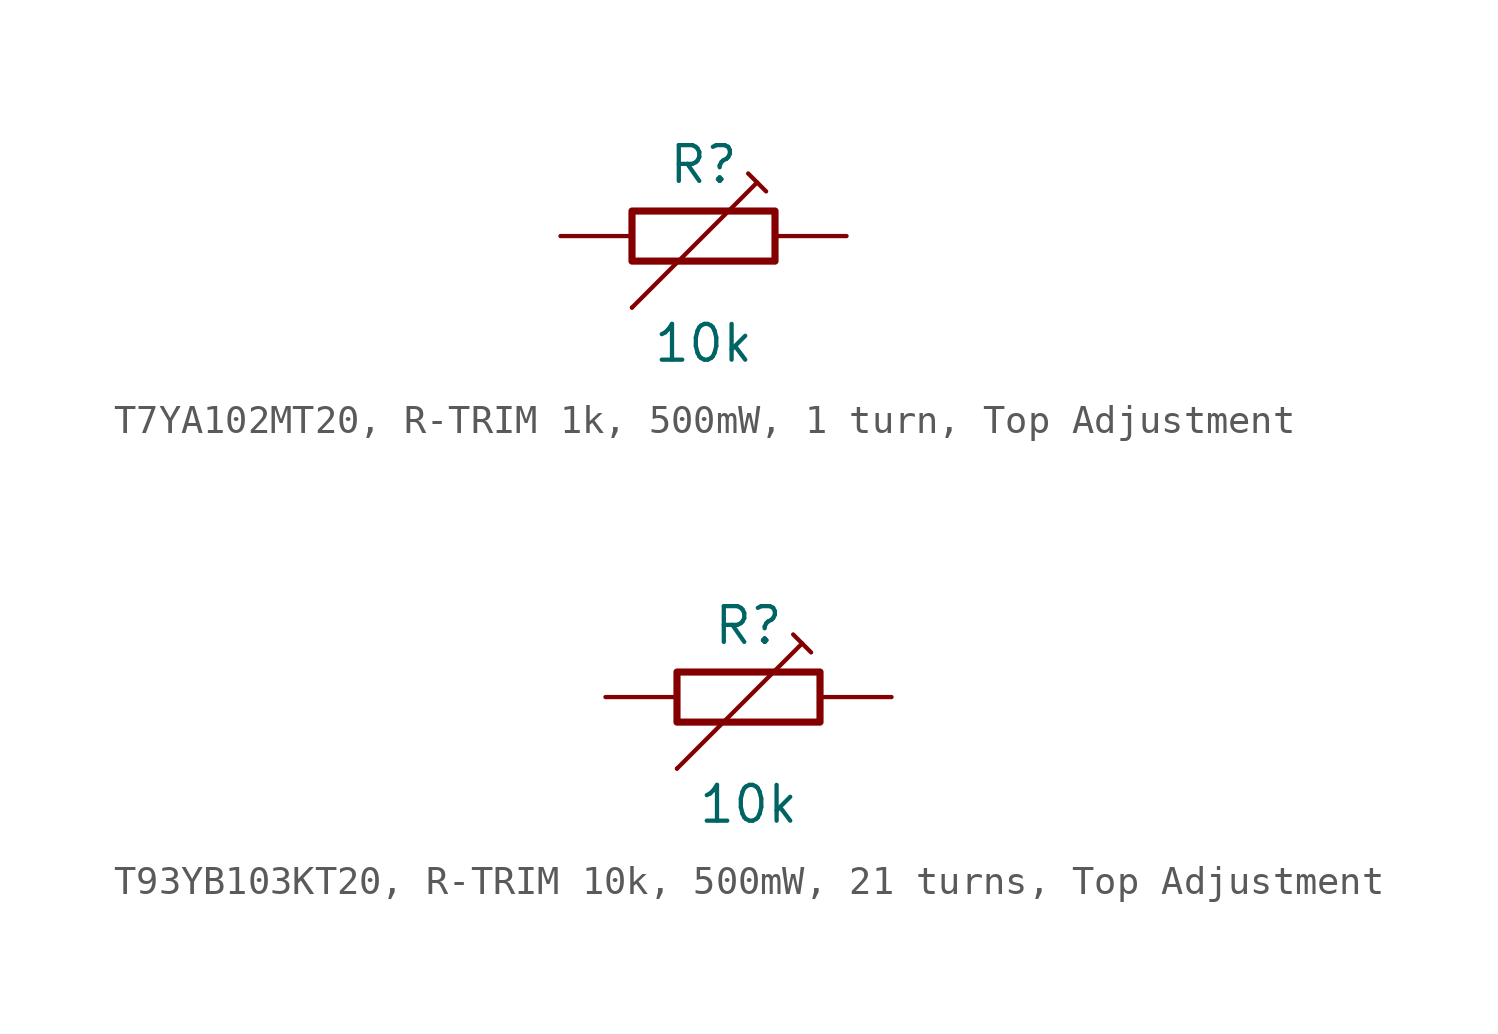
<source format=kicad_sym>
(kicad_symbol_lib
  (version 20241209)
  (generator "kicad_symbol_editor")
  (generator_version "9.0")
  (symbol "T7YA102MT20, R-TRIM 1k, 500mW, 1 turn, Top Adjustment"
    (pin_numbers
      (hide yes))
    (pin_names
      (offset 0)
      (hide yes))
    (property "Reference" "R"
      (at 0 2.54 0)
      (effects (font (size 1.27 1.27))))
    (property "Value" "10k"
      (at 0 -3.81 0)
      (effects (font (size 1.27 1.27))))
    (property "Label" ""
      (at 0 0 0)
      (effects (font (size 1.27 1.27) (thickness 0.254) (bold yes))))
    (symbol "T7YA102MT20, R-TRIM 1k, 500mW, 1 turn, Top Adjustment_0_1"
      (rectangle (start -2.54 0.889) (end 2.54 -0.889) (stroke (width 0.254) (type default)) (fill (type none)))
      (polyline (pts (xy -2.54 -2.54) (xy -2.54 -2.54) (xy 1.905 1.905) (xy 1.905 1.905)) (stroke (width 0) (type default)) (fill (type none)))
      (polyline (pts (xy 2.223 1.587) (xy 2.223 1.587) (xy 1.587 2.223) (xy 1.587 2.223)) (stroke (width 0) (type default)) (fill (type none))))
    (symbol "T7YA102MT20, R-TRIM 1k, 500mW, 1 turn, Top Adjustment_1_1"
      (pin passive line (at -5.08 0 0) (length 2.54) (name "1" (effects (font (size 1.27 1.27)))) (number "1" (effects (font (size 1.27 1.27)))))
      (pin passive line (at -2.54 -2.54 0) (length 0) (name "2" (effects (font (size 1.27 1.27)))) (number "2" (effects (font (size 1.27 1.27)))))
      (pin passive line (at 5.08 0 180) (length 2.54) (name "3" (effects (font (size 1.27 1.27)))) (number "3" (effects (font (size 1.27 1.27)))))))
  (symbol "T93YB103KT20, R-TRIM 10k, 500mW, 21 turns, Top Adjustment"
    (pin_numbers
      (hide yes))
    (pin_names
      (offset 0)
      (hide yes))
    (property "Reference" "R"
      (at 0 2.54 0)
      (effects (font (size 1.27 1.27))))
    (property "Value" "10k"
      (at 0 -3.81 0)
      (effects (font (size 1.27 1.27))))
    (property "Label" ""
      (at 0 0 0)
      (effects (font (size 1.27 1.27) (thickness 0.254) (bold yes))))
    (symbol "T93YB103KT20, R-TRIM 10k, 500mW, 21 turns, Top Adjustment_0_1"
      (rectangle (start -2.54 0.889) (end 2.54 -0.889) (stroke (width 0.254) (type default)) (fill (type none)))
      (polyline (pts (xy -2.54 -2.54) (xy -2.54 -2.54) (xy 1.905 1.905) (xy 1.905 1.905)) (stroke (width 0) (type default)) (fill (type none)))
      (polyline (pts (xy 2.223 1.587) (xy 2.223 1.587) (xy 1.587 2.223) (xy 1.587 2.223)) (stroke (width 0) (type default)) (fill (type none))))
    (symbol "T93YB103KT20, R-TRIM 10k, 500mW, 21 turns, Top Adjustment_1_1"
      (pin passive line (at -5.08 0 0) (length 2.54) (name "1" (effects (font (size 1.27 1.27)))) (number "1" (effects (font (size 1.27 1.27)))))
      (pin passive line (at -2.54 -2.54 0) (length 0) (name "2" (effects (font (size 1.27 1.27)))) (number "2" (effects (font (size 1.27 1.27)))))
      (pin passive line (at 5.08 0 180) (length 2.54) (name "3" (effects (font (size 1.27 1.27)))) (number "3" (effects (font (size 1.27 1.27))))))))
</source>
